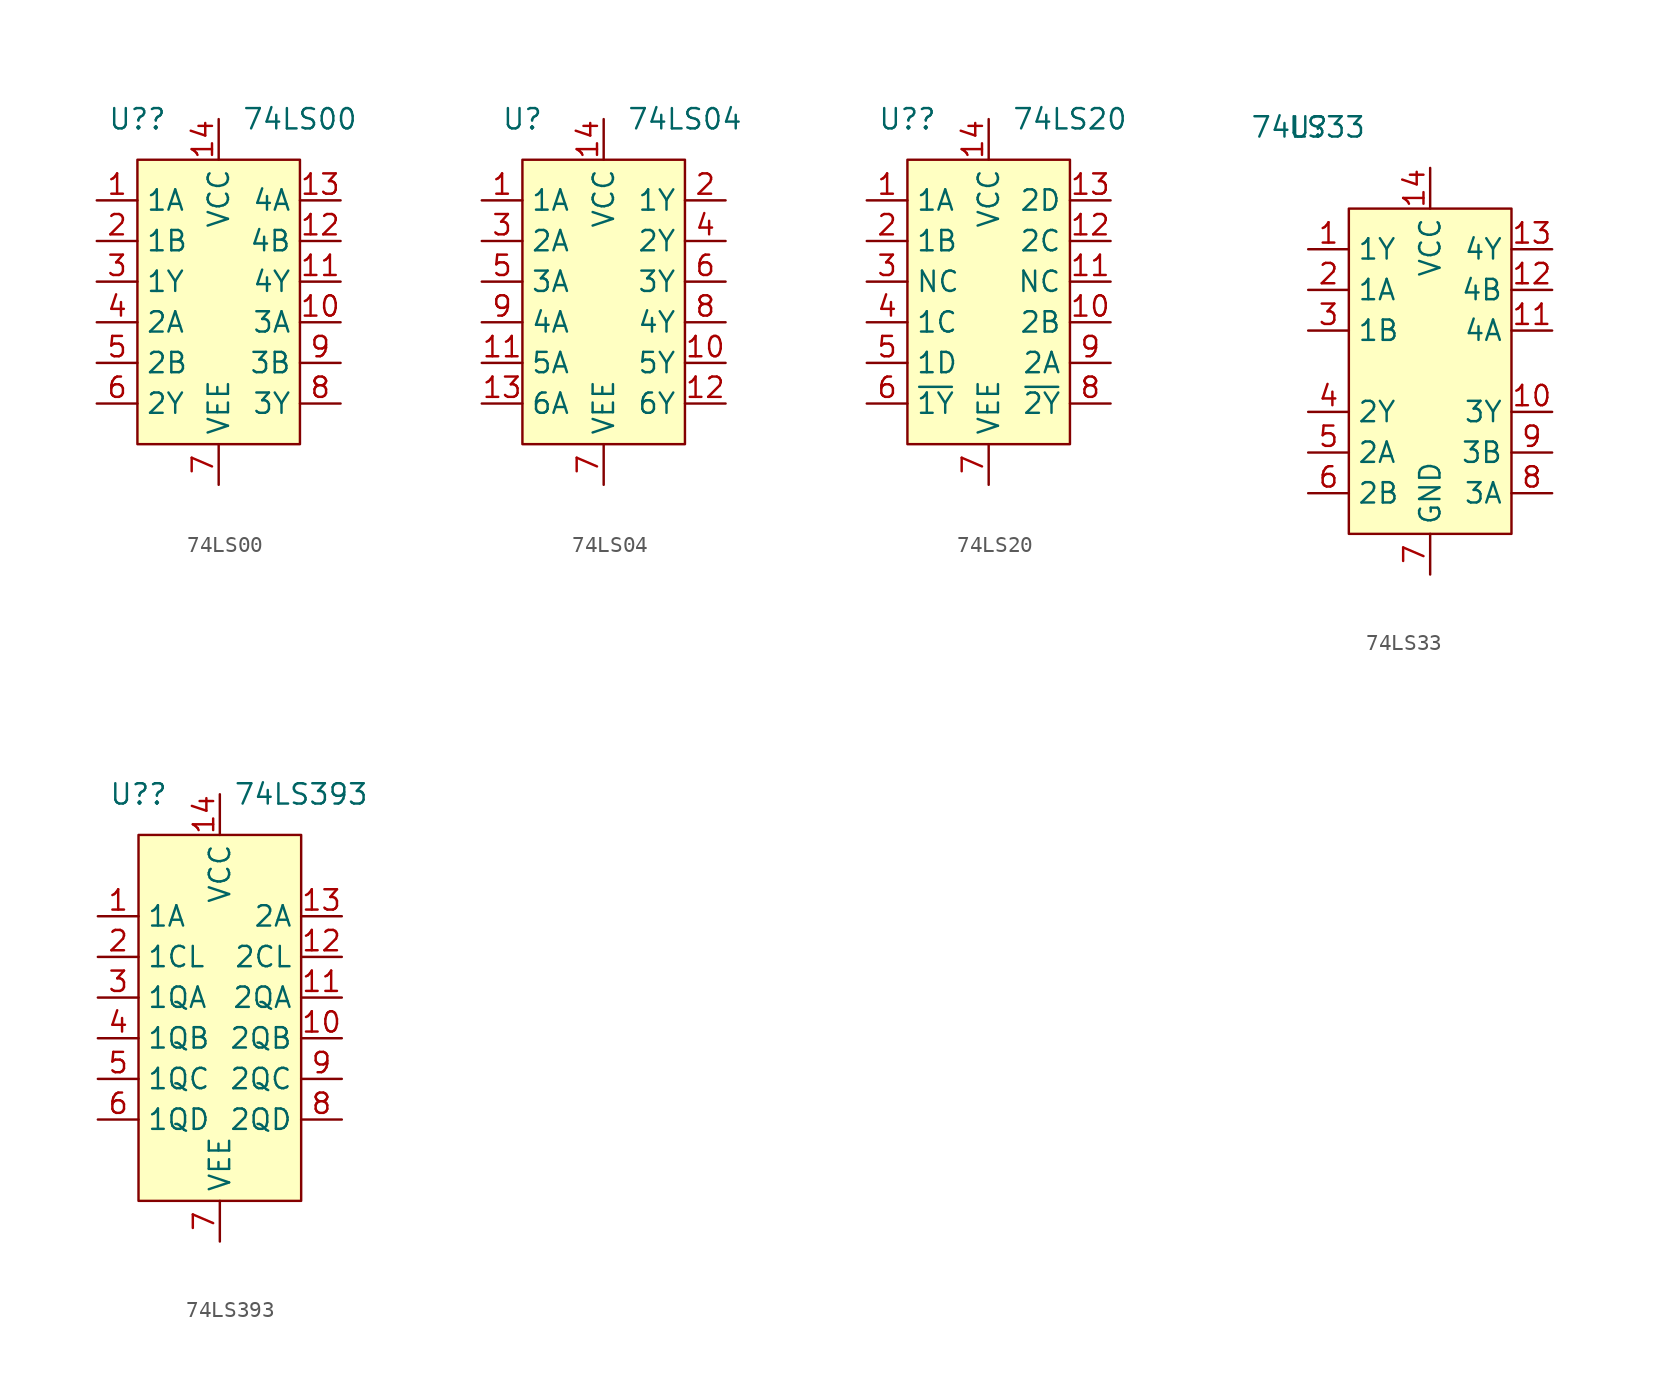
<source format=kicad_sym>
(kicad_symbol_lib
  (version 20211014)
  (generator kicad_symbol_editor)
  (symbol "74LS00"
    (property "Reference" "U?"
      (at 0 -2.54 0)
      (effects (font (size 1.27 1.27))))
    (property "Value" "74LS00"
      (at 10.16 -2.54 0)
      (effects (font (size 1.27 1.27))))
    (symbol "74LS00_0_1"
      (rectangle (start 0 -5.08) (end 10.16 -22.86) (stroke (width 0) (type default) (color 0 0 0 0)) (fill (type background))))
    (symbol "74LS00_1_1"
      (pin input line (at -2.54 -7.62 0) (length 2.54) (name "1A" (effects (font (size 1.27 1.27)))) (number "1" (effects (font (size 1.27 1.27)))))
      (pin input line (at 12.7 -15.24 180) (length 2.54) (name "3A" (effects (font (size 1.27 1.27)))) (number "10" (effects (font (size 1.27 1.27)))))
      (pin input line (at 12.7 -12.7 180) (length 2.54) (name "4Y" (effects (font (size 1.27 1.27)))) (number "11" (effects (font (size 1.27 1.27)))))
      (pin input line (at 12.7 -10.16 180) (length 2.54) (name "4B" (effects (font (size 1.27 1.27)))) (number "12" (effects (font (size 1.27 1.27)))))
      (pin input line (at 12.7 -7.62 180) (length 2.54) (name "4A" (effects (font (size 1.27 1.27)))) (number "13" (effects (font (size 1.27 1.27)))))
      (pin input line (at 5.08 -2.54 270) (length 2.54) (name "VCC" (effects (font (size 1.27 1.27)))) (number "14" (effects (font (size 1.27 1.27)))))
      (pin input line (at -2.54 -10.16 0) (length 2.54) (name "1B" (effects (font (size 1.27 1.27)))) (number "2" (effects (font (size 1.27 1.27)))))
      (pin input line (at -2.54 -12.7 0) (length 2.54) (name "1Y" (effects (font (size 1.27 1.27)))) (number "3" (effects (font (size 1.27 1.27)))))
      (pin input line (at -2.54 -15.24 0) (length 2.54) (name "2A" (effects (font (size 1.27 1.27)))) (number "4" (effects (font (size 1.27 1.27)))))
      (pin input line (at -2.54 -17.78 0) (length 2.54) (name "2B" (effects (font (size 1.27 1.27)))) (number "5" (effects (font (size 1.27 1.27)))))
      (pin input line (at -2.54 -20.32 0) (length 2.54) (name "2Y" (effects (font (size 1.27 1.27)))) (number "6" (effects (font (size 1.27 1.27)))))
      (pin input line (at 5.08 -25.4 90) (length 2.54) (name "VEE" (effects (font (size 1.27 1.27)))) (number "7" (effects (font (size 1.27 1.27)))))
      (pin input line (at 12.7 -20.32 180) (length 2.54) (name "3Y" (effects (font (size 1.27 1.27)))) (number "8" (effects (font (size 1.27 1.27)))))
      (pin input line (at 12.7 -17.78 180) (length 2.54) (name "3B" (effects (font (size 1.27 1.27)))) (number "9" (effects (font (size 1.27 1.27)))))))
  (symbol "74LS04"
    (property "Reference" "U"
      (at 0 0 0)
      (effects (font (size 1.27 1.27))))
    (property "Value" "74LS04"
      (at 10.16 0 0)
      (effects (font (size 1.27 1.27))))
    (symbol "74LS04_0_1"
      (rectangle (start 0 -2.54) (end 10.16 -20.32) (stroke (width 0) (type default) (color 0 0 0 0)) (fill (type background))))
    (symbol "74LS04_1_1"
      (pin input line (at -2.54 -5.08 0) (length 2.54) (name "1A" (effects (font (size 1.27 1.27)))) (number "1" (effects (font (size 1.27 1.27)))))
      (pin input line (at 12.7 -15.24 180) (length 2.54) (name "5Y" (effects (font (size 1.27 1.27)))) (number "10" (effects (font (size 1.27 1.27)))))
      (pin input line (at -2.54 -15.24 0) (length 2.54) (name "5A" (effects (font (size 1.27 1.27)))) (number "11" (effects (font (size 1.27 1.27)))))
      (pin input line (at 12.7 -17.78 180) (length 2.54) (name "6Y" (effects (font (size 1.27 1.27)))) (number "12" (effects (font (size 1.27 1.27)))))
      (pin input line (at -2.54 -17.78 0) (length 2.54) (name "6A" (effects (font (size 1.27 1.27)))) (number "13" (effects (font (size 1.27 1.27)))))
      (pin input line (at 5.08 0 270) (length 2.54) (name "VCC" (effects (font (size 1.27 1.27)))) (number "14" (effects (font (size 1.27 1.27)))))
      (pin input line (at 12.7 -5.08 180) (length 2.54) (name "1Y" (effects (font (size 1.27 1.27)))) (number "2" (effects (font (size 1.27 1.27)))))
      (pin input line (at -2.54 -7.62 0) (length 2.54) (name "2A" (effects (font (size 1.27 1.27)))) (number "3" (effects (font (size 1.27 1.27)))))
      (pin input line (at 12.7 -7.62 180) (length 2.54) (name "2Y" (effects (font (size 1.27 1.27)))) (number "4" (effects (font (size 1.27 1.27)))))
      (pin input line (at -2.54 -10.16 0) (length 2.54) (name "3A" (effects (font (size 1.27 1.27)))) (number "5" (effects (font (size 1.27 1.27)))))
      (pin input line (at 12.7 -10.16 180) (length 2.54) (name "3Y" (effects (font (size 1.27 1.27)))) (number "6" (effects (font (size 1.27 1.27)))))
      (pin input line (at 5.08 -22.86 90) (length 2.54) (name "VEE" (effects (font (size 1.27 1.27)))) (number "7" (effects (font (size 1.27 1.27)))))
      (pin input line (at 12.7 -12.7 180) (length 2.54) (name "4Y" (effects (font (size 1.27 1.27)))) (number "8" (effects (font (size 1.27 1.27)))))
      (pin input line (at -2.54 -12.7 0) (length 2.54) (name "4A" (effects (font (size 1.27 1.27)))) (number "9" (effects (font (size 1.27 1.27)))))))
  (symbol "74LS20"
    (property "Reference" "U?"
      (at 0 -2.54 0)
      (effects (font (size 1.27 1.27))))
    (property "Value" "74LS20"
      (at 10.16 -2.54 0)
      (effects (font (size 1.27 1.27))))
    (symbol "74LS20_0_1"
      (rectangle (start 0 -5.08) (end 10.16 -22.86) (stroke (width 0) (type default) (color 0 0 0 0)) (fill (type background))))
    (symbol "74LS20_1_1"
      (pin input line (at -2.54 -7.62 0) (length 2.54) (name "1A" (effects (font (size 1.27 1.27)))) (number "1" (effects (font (size 1.27 1.27)))))
      (pin input line (at 12.7 -15.24 180) (length 2.54) (name "2B" (effects (font (size 1.27 1.27)))) (number "10" (effects (font (size 1.27 1.27)))))
      (pin input line (at 12.7 -12.7 180) (length 2.54) (name "NC" (effects (font (size 1.27 1.27)))) (number "11" (effects (font (size 1.27 1.27)))))
      (pin input line (at 12.7 -10.16 180) (length 2.54) (name "2C" (effects (font (size 1.27 1.27)))) (number "12" (effects (font (size 1.27 1.27)))))
      (pin input line (at 12.7 -7.62 180) (length 2.54) (name "2D" (effects (font (size 1.27 1.27)))) (number "13" (effects (font (size 1.27 1.27)))))
      (pin input line (at 5.08 -2.54 270) (length 2.54) (name "VCC" (effects (font (size 1.27 1.27)))) (number "14" (effects (font (size 1.27 1.27)))))
      (pin input line (at -2.54 -10.16 0) (length 2.54) (name "1B" (effects (font (size 1.27 1.27)))) (number "2" (effects (font (size 1.27 1.27)))))
      (pin input line (at -2.54 -12.7 0) (length 2.54) (name "NC" (effects (font (size 1.27 1.27)))) (number "3" (effects (font (size 1.27 1.27)))))
      (pin input line (at -2.54 -15.24 0) (length 2.54) (name "1C" (effects (font (size 1.27 1.27)))) (number "4" (effects (font (size 1.27 1.27)))))
      (pin input line (at -2.54 -17.78 0) (length 2.54) (name "1D" (effects (font (size 1.27 1.27)))) (number "5" (effects (font (size 1.27 1.27)))))
      (pin input line (at -2.54 -20.32 0) (length 2.54) (name "~{1Y}" (effects (font (size 1.27 1.27)))) (number "6" (effects (font (size 1.27 1.27)))))
      (pin input line (at 5.08 -25.4 90) (length 2.54) (name "VEE" (effects (font (size 1.27 1.27)))) (number "7" (effects (font (size 1.27 1.27)))))
      (pin input line (at 12.7 -20.32 180) (length 2.54) (name "~{2Y}" (effects (font (size 1.27 1.27)))) (number "8" (effects (font (size 1.27 1.27)))))
      (pin input line (at 12.7 -17.78 180) (length 2.54) (name "2A" (effects (font (size 1.27 1.27)))) (number "9" (effects (font (size 1.27 1.27)))))))
  (symbol "74LS33"
    (property "Reference" "U"
      (at 0 0 0)
      (effects (font (size 1.27 1.27))))
    (property "Value" "74LS33"
      (at 0 0 0)
      (effects (font (size 1.27 1.27))))
    (symbol "74LS33_0_1"
      (rectangle (start 2.54 -5.08) (end 12.7 -25.4) (stroke (width 0) (type default) (color 0 0 0 0)) (fill (type background))))
    (symbol "74LS33_1_1"
      (pin input line (at 0 -7.62 0) (length 2.54) (name "1Y" (effects (font (size 1.27 1.27)))) (number "1" (effects (font (size 1.27 1.27)))))
      (pin input line (at 15.24 -17.78 180) (length 2.54) (name "3Y" (effects (font (size 1.27 1.27)))) (number "10" (effects (font (size 1.27 1.27)))))
      (pin input line (at 15.24 -12.7 180) (length 2.54) (name "4A" (effects (font (size 1.27 1.27)))) (number "11" (effects (font (size 1.27 1.27)))))
      (pin input line (at 15.24 -10.16 180) (length 2.54) (name "4B" (effects (font (size 1.27 1.27)))) (number "12" (effects (font (size 1.27 1.27)))))
      (pin input line (at 15.24 -7.62 180) (length 2.54) (name "4Y" (effects (font (size 1.27 1.27)))) (number "13" (effects (font (size 1.27 1.27)))))
      (pin input line (at 7.62 -2.54 270) (length 2.54) (name "VCC" (effects (font (size 1.27 1.27)))) (number "14" (effects (font (size 1.27 1.27)))))
      (pin input line (at 0 -10.16 0) (length 2.54) (name "1A" (effects (font (size 1.27 1.27)))) (number "2" (effects (font (size 1.27 1.27)))))
      (pin input line (at 0 -12.7 0) (length 2.54) (name "1B" (effects (font (size 1.27 1.27)))) (number "3" (effects (font (size 1.27 1.27)))))
      (pin input line (at 0 -17.78 0) (length 2.54) (name "2Y" (effects (font (size 1.27 1.27)))) (number "4" (effects (font (size 1.27 1.27)))))
      (pin input line (at 0 -20.32 0) (length 2.54) (name "2A" (effects (font (size 1.27 1.27)))) (number "5" (effects (font (size 1.27 1.27)))))
      (pin input line (at 0 -22.86 0) (length 2.54) (name "2B" (effects (font (size 1.27 1.27)))) (number "6" (effects (font (size 1.27 1.27)))))
      (pin input line (at 7.62 -27.94 90) (length 2.54) (name "GND" (effects (font (size 1.27 1.27)))) (number "7" (effects (font (size 1.27 1.27)))))
      (pin input line (at 15.24 -22.86 180) (length 2.54) (name "3A" (effects (font (size 1.27 1.27)))) (number "8" (effects (font (size 1.27 1.27)))))
      (pin input line (at 15.24 -20.32 180) (length 2.54) (name "3B" (effects (font (size 1.27 1.27)))) (number "9" (effects (font (size 1.27 1.27)))))))
  (symbol "74LS393"
    (property "Reference" "U?"
      (at 0 0 0)
      (effects (font (size 1.27 1.27))))
    (property "Value" "74LS393"
      (at 10.16 0 0)
      (effects (font (size 1.27 1.27))))
    (symbol "74LS393_0_1"
      (rectangle (start 0 -2.54) (end 10.16 -25.4) (stroke (width 0) (type default) (color 0 0 0 0)) (fill (type background))))
    (symbol "74LS393_1_1"
      (pin input line (at -2.54 -7.62 0) (length 2.54) (name "1A" (effects (font (size 1.27 1.27)))) (number "1" (effects (font (size 1.27 1.27)))))
      (pin input line (at 12.7 -15.24 180) (length 2.54) (name "2QB" (effects (font (size 1.27 1.27)))) (number "10" (effects (font (size 1.27 1.27)))))
      (pin input line (at 12.7 -12.7 180) (length 2.54) (name "2QA" (effects (font (size 1.27 1.27)))) (number "11" (effects (font (size 1.27 1.27)))))
      (pin input line (at 12.7 -10.16 180) (length 2.54) (name "2CL" (effects (font (size 1.27 1.27)))) (number "12" (effects (font (size 1.27 1.27)))))
      (pin input line (at 12.7 -7.62 180) (length 2.54) (name "2A" (effects (font (size 1.27 1.27)))) (number "13" (effects (font (size 1.27 1.27)))))
      (pin input line (at 5.08 0 270) (length 2.54) (name "VCC" (effects (font (size 1.27 1.27)))) (number "14" (effects (font (size 1.27 1.27)))))
      (pin input line (at -2.54 -10.16 0) (length 2.54) (name "1CL" (effects (font (size 1.27 1.27)))) (number "2" (effects (font (size 1.27 1.27)))))
      (pin input line (at -2.54 -12.7 0) (length 2.54) (name "1QA" (effects (font (size 1.27 1.27)))) (number "3" (effects (font (size 1.27 1.27)))))
      (pin input line (at -2.54 -15.24 0) (length 2.54) (name "1QB" (effects (font (size 1.27 1.27)))) (number "4" (effects (font (size 1.27 1.27)))))
      (pin input line (at -2.54 -17.78 0) (length 2.54) (name "1QC" (effects (font (size 1.27 1.27)))) (number "5" (effects (font (size 1.27 1.27)))))
      (pin input line (at -2.54 -20.32 0) (length 2.54) (name "1QD" (effects (font (size 1.27 1.27)))) (number "6" (effects (font (size 1.27 1.27)))))
      (pin input line (at 5.08 -27.94 90) (length 2.54) (name "VEE" (effects (font (size 1.27 1.27)))) (number "7" (effects (font (size 1.27 1.27)))))
      (pin input line (at 12.7 -20.32 180) (length 2.54) (name "2QD" (effects (font (size 1.27 1.27)))) (number "8" (effects (font (size 1.27 1.27)))))
      (pin input line (at 12.7 -17.78 180) (length 2.54) (name "2QC" (effects (font (size 1.27 1.27)))) (number "9" (effects (font (size 1.27 1.27))))))))
</source>
